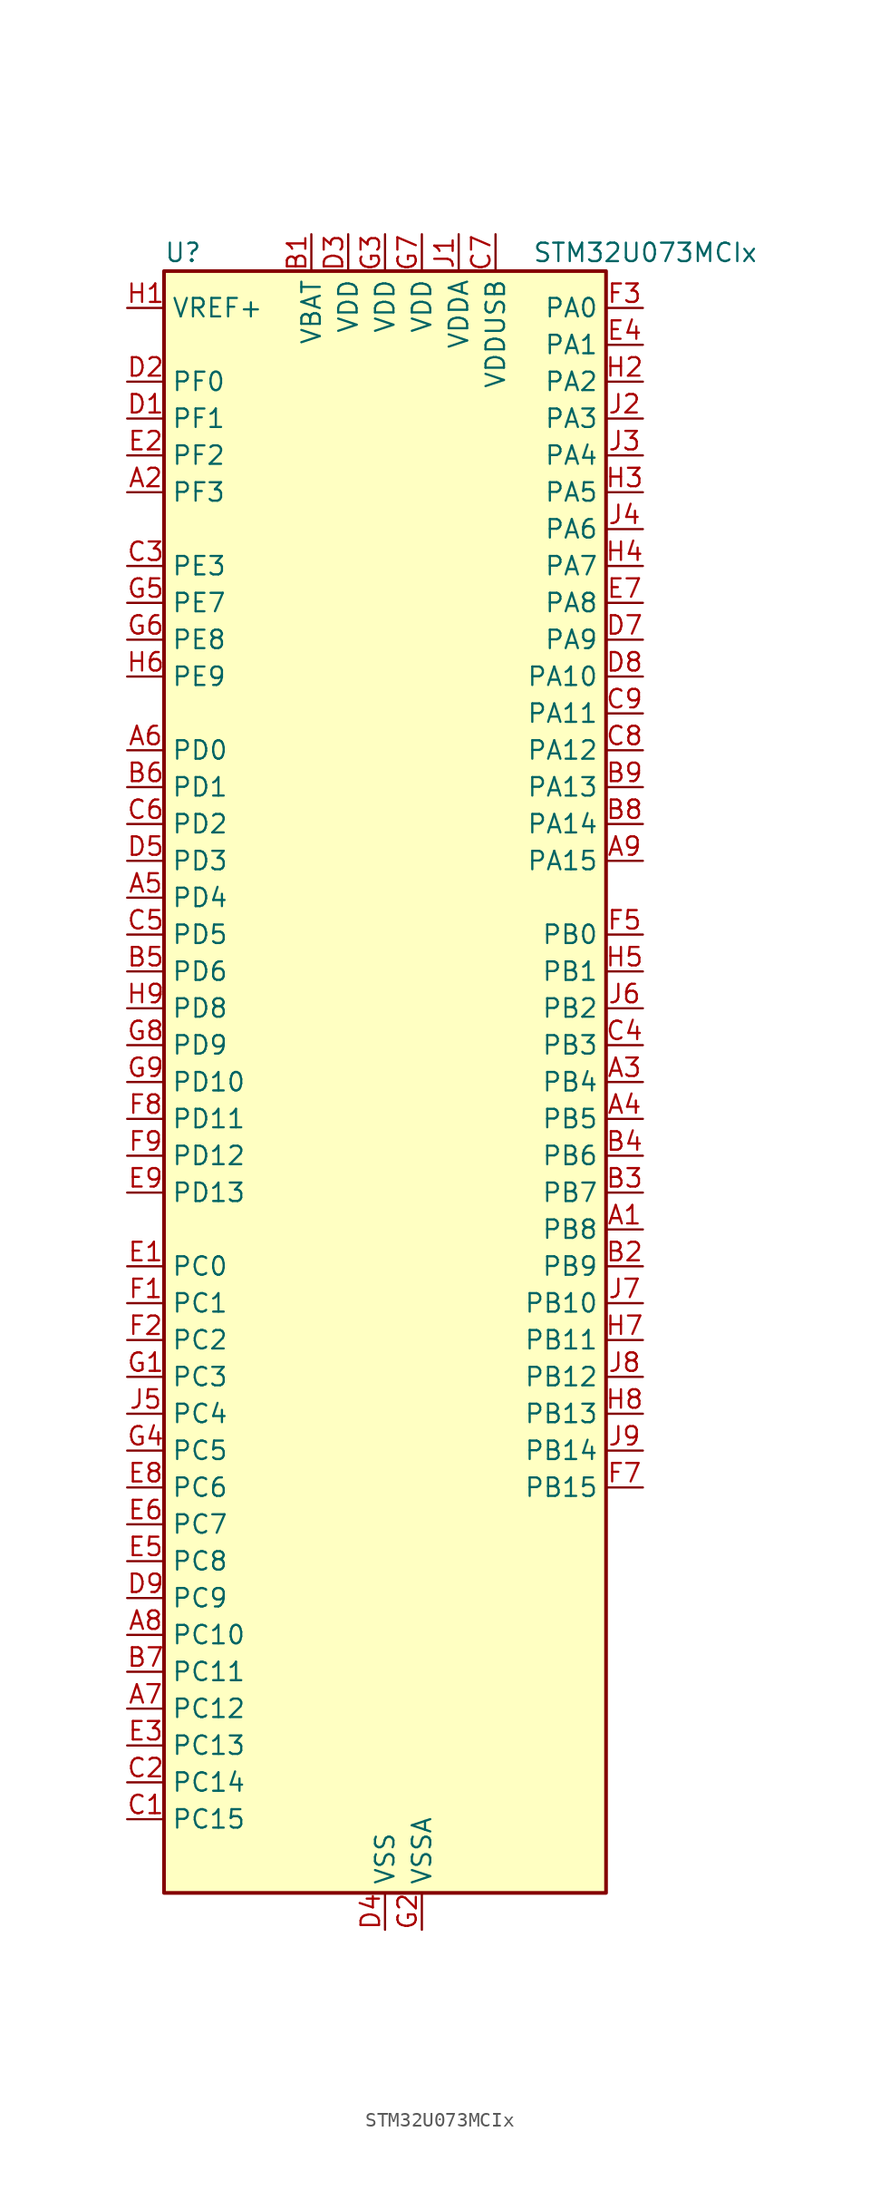
<source format=kicad_sym>
(kicad_symbol_lib
  (version 20231120)
  (generator "kicad_symbol_editor")
  (generator_version "8.99")
  (symbol "STM32U073MCIx"
    (property "Reference" "U"
      (at -15.24 57.15 0)
      (effects (font (size 1.27 1.27)) (justify left)))
    (property "Value" "STM32U073MCIx"
      (at 10.16 57.15 0)
      (effects (font (size 1.27 1.27)) (justify left)))
    (property "ki_locked" ""
      (at 0 0 0)
      (effects (font (size 1.27 1.27))))
    (symbol "STM32U073MCIx_0_1"
      (rectangle (start -15.24 -55.88) (end 15.24 55.88) (stroke (width 0.254) (type default)) (fill (type background))))
    (symbol "STM32U073MCIx_1_1"
      (pin bidirectional line (at 17.78 -10.16 180) (length 2.54) (name "PB8" (effects (font (size 1.27 1.27)))) (number "A1" (effects (font (size 1.27 1.27)))) (alternate "I2C1_SCL" bidirectional line) (alternate "I2C2_SCL" bidirectional line) (alternate "LCD_SEG16" bidirectional line) (alternate "LPTIM1_IN2" bidirectional line) (alternate "LPTIM3_IN2" bidirectional line) (alternate "TIM16_CH1" bidirectional line) (alternate "USART3_TX" bidirectional line))
      (pin bidirectional line (at -17.78 40.64 0) (length 2.54) (name "PF3" (effects (font (size 1.27 1.27)))) (number "A2" (effects (font (size 1.27 1.27)))))
      (pin bidirectional line (at 17.78 0 180) (length 2.54) (name "PB4" (effects (font (size 1.27 1.27)))) (number "A3" (effects (font (size 1.27 1.27)))) (alternate "COMP2_INP" bidirectional line) (alternate "I2C2_SDA" bidirectional line) (alternate "I2C3_SDA" bidirectional line) (alternate "LCD_SEG8" bidirectional line) (alternate "LPTIM1_CH4" bidirectional line) (alternate "LPUART3_DE" bidirectional line) (alternate "LPUART3_RTS" bidirectional line) (alternate "SPI1_MISO" bidirectional line) (alternate "SPI3_MISO" bidirectional line) (alternate "TIM3_CH1" bidirectional line) (alternate "TSC_G2_IO1" bidirectional line) (alternate "USART1_CTS" bidirectional line))
      (pin bidirectional line (at 17.78 -2.54 180) (length 2.54) (name "PB5" (effects (font (size 1.27 1.27)))) (number "A4" (effects (font (size 1.27 1.27)))) (alternate "COMP2_OUT" bidirectional line) (alternate "LCD_SEG9" bidirectional line) (alternate "LPTIM1_IN1" bidirectional line) (alternate "LPUART3_CTS" bidirectional line) (alternate "SPI1_MOSI" bidirectional line) (alternate "SPI3_MOSI" bidirectional line) (alternate "TIM16_BKIN" bidirectional line) (alternate "TIM3_CH2" bidirectional line) (alternate "TSC_G2_IO2" bidirectional line) (alternate "USART1_CK" bidirectional line))
      (pin bidirectional line (at -17.78 12.7 0) (length 2.54) (name "PD4" (effects (font (size 1.27 1.27)))) (number "A5" (effects (font (size 1.27 1.27)))) (alternate "LCD_SEG37" bidirectional line) (alternate "LPTIM1_CH3" bidirectional line) (alternate "SPI2_MOSI" bidirectional line) (alternate "USART2_DE" bidirectional line) (alternate "USART2_RTS" bidirectional line))
      (pin bidirectional line (at -17.78 22.86 0) (length 2.54) (name "PD0" (effects (font (size 1.27 1.27)))) (number "A6" (effects (font (size 1.27 1.27)))) (alternate "LCD_SEG34" bidirectional line) (alternate "SPI2_NSS" bidirectional line))
      (pin bidirectional line (at -17.78 -43.18 0) (length 2.54) (name "PC12" (effects (font (size 1.27 1.27)))) (number "A7" (effects (font (size 1.27 1.27)))) (alternate "LCD_COM6" bidirectional line) (alternate "LCD_SEG30" bidirectional line) (alternate "LCD_SEG50" bidirectional line) (alternate "LPTIM3_CH3" bidirectional line) (alternate "SPI3_MOSI" bidirectional line) (alternate "USART3_CK" bidirectional line) (alternate "USART4_CK" bidirectional line))
      (pin bidirectional line (at -17.78 -38.1 0) (length 2.54) (name "PC10" (effects (font (size 1.27 1.27)))) (number "A8" (effects (font (size 1.27 1.27)))) (alternate "LCD_COM4" bidirectional line) (alternate "LCD_SEG28" bidirectional line) (alternate "LCD_SEG48" bidirectional line) (alternate "LPTIM3_ETR" bidirectional line) (alternate "SPI3_SCK" bidirectional line) (alternate "TSC_G3_IO2" bidirectional line) (alternate "USART3_TX" bidirectional line) (alternate "USART4_TX" bidirectional line))
      (pin bidirectional line (at 17.78 15.24 180) (length 2.54) (name "PA15" (effects (font (size 1.27 1.27)))) (number "A9" (effects (font (size 1.27 1.27)))) (alternate "DEBUG_JTDI" bidirectional line) (alternate "LCD_SEG17" bidirectional line) (alternate "LPTIM3_CH3" bidirectional line) (alternate "LPTIM3_IN2" bidirectional line) (alternate "SPI1_NSS" bidirectional line) (alternate "SPI3_NSS" bidirectional line) (alternate "TIM2_CH1" bidirectional line) (alternate "TIM2_ETR" bidirectional line) (alternate "TSC_G3_IO1" bidirectional line) (alternate "USART2_RX" bidirectional line) (alternate "USART3_DE" bidirectional line) (alternate "USART3_RTS" bidirectional line) (alternate "USART4_DE" bidirectional line) (alternate "USART4_RTS" bidirectional line))
      (pin power_in line (at -5.08 58.42 270) (length 2.54) (name "VBAT" (effects (font (size 1.27 1.27)))) (number "B1" (effects (font (size 1.27 1.27)))))
      (pin bidirectional line (at 17.78 -12.7 180) (length 2.54) (name "PB9" (effects (font (size 1.27 1.27)))) (number "B2" (effects (font (size 1.27 1.27)))) (alternate "DAC1_EXTI9" bidirectional line) (alternate "I2C1_SDA" bidirectional line) (alternate "I2C2_SDA" bidirectional line) (alternate "IR_OUT" bidirectional line) (alternate "LCD_COM3" bidirectional line) (alternate "LPTIM1_CH4" bidirectional line) (alternate "LPTIM3_CH4" bidirectional line) (alternate "SPI2_NSS" bidirectional line) (alternate "USART3_RX" bidirectional line))
      (pin bidirectional line (at 17.78 -7.62 180) (length 2.54) (name "PB7" (effects (font (size 1.27 1.27)))) (number "B3" (effects (font (size 1.27 1.27)))) (alternate "COMP2_INM" bidirectional line) (alternate "I2C1_SDA" bidirectional line) (alternate "I2C2_SDA" bidirectional line) (alternate "I2C4_SDA" bidirectional line) (alternate "LCD_SEG21" bidirectional line) (alternate "LPTIM1_IN2" bidirectional line) (alternate "LPUART2_RX" bidirectional line) (alternate "LPUART3_RX" bidirectional line) (alternate "PWR_PVD_IN" bidirectional line) (alternate "TSC_G2_IO4" bidirectional line) (alternate "USART1_RX" bidirectional line) (alternate "USART4_CTS" bidirectional line))
      (pin bidirectional line (at 17.78 -5.08 180) (length 2.54) (name "PB6" (effects (font (size 1.27 1.27)))) (number "B4" (effects (font (size 1.27 1.27)))) (alternate "COMP2_INP" bidirectional line) (alternate "I2C1_SCL" bidirectional line) (alternate "I2C2_SCL" bidirectional line) (alternate "I2C4_SCL" bidirectional line) (alternate "LPTIM1_ETR" bidirectional line) (alternate "LPUART2_TX" bidirectional line) (alternate "LPUART3_TX" bidirectional line) (alternate "TIM16_CH1N" bidirectional line) (alternate "TSC_G2_IO3" bidirectional line) (alternate "USART1_TX" bidirectional line))
      (pin bidirectional line (at -17.78 7.62 0) (length 2.54) (name "PD6" (effects (font (size 1.27 1.27)))) (number "B5" (effects (font (size 1.27 1.27)))) (alternate "LCD_SEG39" bidirectional line) (alternate "USART2_RX" bidirectional line))
      (pin bidirectional line (at -17.78 20.32 0) (length 2.54) (name "PD1" (effects (font (size 1.27 1.27)))) (number "B6" (effects (font (size 1.27 1.27)))) (alternate "LCD_SEG35" bidirectional line) (alternate "LPTIM1_CH4" bidirectional line) (alternate "SPI2_SCK" bidirectional line))
      (pin bidirectional line (at -17.78 -40.64 0) (length 2.54) (name "PC11" (effects (font (size 1.27 1.27)))) (number "B7" (effects (font (size 1.27 1.27)))) (alternate "ADC1_EXTI11" bidirectional line) (alternate "LCD_COM5" bidirectional line) (alternate "LCD_SEG29" bidirectional line) (alternate "LCD_SEG49" bidirectional line) (alternate "LPTIM3_IN1" bidirectional line) (alternate "SPI3_MISO" bidirectional line) (alternate "TSC_G3_IO3" bidirectional line) (alternate "USART3_RX" bidirectional line) (alternate "USART4_RX" bidirectional line))
      (pin bidirectional line (at 17.78 17.78 180) (length 2.54) (name "PA14" (effects (font (size 1.27 1.27)))) (number "B8" (effects (font (size 1.27 1.27)))) (alternate "DEBUG_JTCK-SWCLK" bidirectional line) (alternate "LCD_SEG41" bidirectional line) (alternate "LPTIM1_CH1" bidirectional line) (alternate "TSC_G3_IO4" bidirectional line))
      (pin bidirectional line (at 17.78 20.32 180) (length 2.54) (name "PA13" (effects (font (size 1.27 1.27)))) (number "B9" (effects (font (size 1.27 1.27)))) (alternate "DEBUG_JTMS-SWDIO" bidirectional line) (alternate "IR_OUT" bidirectional line) (alternate "LCD_SEG40" bidirectional line) (alternate "TSC_G7_IO4" bidirectional line) (alternate "USB_NOE" bidirectional line))
      (pin bidirectional line (at -17.78 -50.8 0) (length 2.54) (name "PC15" (effects (font (size 1.27 1.27)))) (number "C1" (effects (font (size 1.27 1.27)))) (alternate "RCC_OSC32_EN" bidirectional line) (alternate "RCC_OSC32_OUT" bidirectional line) (alternate "RCC_OSC_EN" bidirectional line))
      (pin bidirectional line (at -17.78 -48.26 0) (length 2.54) (name "PC14" (effects (font (size 1.27 1.27)))) (number "C2" (effects (font (size 1.27 1.27)))) (alternate "RCC_OSC32_IN" bidirectional line))
      (pin bidirectional line (at -17.78 35.56 0) (length 2.54) (name "PE3" (effects (font (size 1.27 1.27)))) (number "C3" (effects (font (size 1.27 1.27)))) (alternate "TIM3_CH1" bidirectional line))
      (pin bidirectional line (at 17.78 2.54 180) (length 2.54) (name "PB3" (effects (font (size 1.27 1.27)))) (number "C4" (effects (font (size 1.27 1.27)))) (alternate "COMP2_INM" bidirectional line) (alternate "DEBUG_JTDO-SWO" bidirectional line) (alternate "I2C2_SCL" bidirectional line) (alternate "I2C3_SCL" bidirectional line) (alternate "LCD_SEG7" bidirectional line) (alternate "LPTIM1_CH3" bidirectional line) (alternate "SPI1_SCK" bidirectional line) (alternate "SPI3_SCK" bidirectional line) (alternate "TIM2_CH2" bidirectional line) (alternate "USART1_DE" bidirectional line) (alternate "USART1_RTS" bidirectional line))
      (pin bidirectional line (at -17.78 10.16 0) (length 2.54) (name "PD5" (effects (font (size 1.27 1.27)))) (number "C5" (effects (font (size 1.27 1.27)))) (alternate "LCD_SEG38" bidirectional line) (alternate "USART2_TX" bidirectional line))
      (pin bidirectional line (at -17.78 17.78 0) (length 2.54) (name "PD2" (effects (font (size 1.27 1.27)))) (number "C6" (effects (font (size 1.27 1.27)))) (alternate "LCD_COM7" bidirectional line) (alternate "LCD_SEG31" bidirectional line) (alternate "LCD_SEG51" bidirectional line) (alternate "TIM3_ETR" bidirectional line) (alternate "TSC_SYNC" bidirectional line) (alternate "USART3_DE" bidirectional line) (alternate "USART3_RTS" bidirectional line))
      (pin power_in line (at 7.62 58.42 270) (length 2.54) (name "VDDUSB" (effects (font (size 1.27 1.27)))) (number "C7" (effects (font (size 1.27 1.27)))))
      (pin bidirectional line (at 17.78 22.86 180) (length 2.54) (name "PA12" (effects (font (size 1.27 1.27)))) (number "C8" (effects (font (size 1.27 1.27)))) (alternate "SPI1_MOSI" bidirectional line) (alternate "SPI2_MOSI" bidirectional line) (alternate "TIM1_ETR" bidirectional line) (alternate "USART1_DE" bidirectional line) (alternate "USART1_RTS" bidirectional line) (alternate "USB_DP" bidirectional line))
      (pin bidirectional line (at 17.78 25.4 180) (length 2.54) (name "PA11" (effects (font (size 1.27 1.27)))) (number "C9" (effects (font (size 1.27 1.27)))) (alternate "ADC1_EXTI11" bidirectional line) (alternate "COMP1_OUT" bidirectional line) (alternate "SPI1_MISO" bidirectional line) (alternate "SPI2_MISO" bidirectional line) (alternate "TIM1_BKIN2" bidirectional line) (alternate "TIM1_CH4" bidirectional line) (alternate "USART1_CTS" bidirectional line) (alternate "USB_DM" bidirectional line))
      (pin bidirectional line (at -17.78 45.72 0) (length 2.54) (name "PF1" (effects (font (size 1.27 1.27)))) (number "D1" (effects (font (size 1.27 1.27)))) (alternate "RCC_OSC_EN" bidirectional line) (alternate "RCC_OSC_OUT" bidirectional line))
      (pin bidirectional line (at -17.78 48.26 0) (length 2.54) (name "PF0" (effects (font (size 1.27 1.27)))) (number "D2" (effects (font (size 1.27 1.27)))) (alternate "RCC_OSC_IN" bidirectional line))
      (pin power_in line (at -2.54 58.42 270) (length 2.54) (name "VDD" (effects (font (size 1.27 1.27)))) (number "D3" (effects (font (size 1.27 1.27)))))
      (pin power_in line (at 0 -58.42 90) (length 2.54) (name "VSS" (effects (font (size 1.27 1.27)))) (number "D4" (effects (font (size 1.27 1.27)))))
      (pin bidirectional line (at -17.78 15.24 0) (length 2.54) (name "PD3" (effects (font (size 1.27 1.27)))) (number "D5" (effects (font (size 1.27 1.27)))) (alternate "LCD_SEG36" bidirectional line) (alternate "SPI2_MISO" bidirectional line) (alternate "USART2_CTS" bidirectional line))
      (pin passive line (at 0 -58.42 90) (length 2.54) hide (name "VSS" (effects (font (size 1.27 1.27)))) (number "D6" (effects (font (size 1.27 1.27)))))
      (pin bidirectional line (at 17.78 30.48 180) (length 2.54) (name "PA9" (effects (font (size 1.27 1.27)))) (number "D7" (effects (font (size 1.27 1.27)))) (alternate "COMP1_INP" bidirectional line) (alternate "DAC1_EXTI9" bidirectional line) (alternate "I2C1_SCL" bidirectional line) (alternate "I2C2_SCL" bidirectional line) (alternate "LCD_COM1" bidirectional line) (alternate "RCC_MCO" bidirectional line) (alternate "TIM15_BKIN" bidirectional line) (alternate "TIM1_CH2" bidirectional line) (alternate "TSC_G7_IO2" bidirectional line) (alternate "USART1_TX" bidirectional line))
      (pin bidirectional line (at 17.78 27.94 180) (length 2.54) (name "PA10" (effects (font (size 1.27 1.27)))) (number "D8" (effects (font (size 1.27 1.27)))) (alternate "CRS_SYNC" bidirectional line) (alternate "I2C1_SDA" bidirectional line) (alternate "I2C2_SDA" bidirectional line) (alternate "LCD_COM2" bidirectional line) (alternate "RCC_MCO2" bidirectional line) (alternate "SPI2_NSS" bidirectional line) (alternate "TIM1_CH3" bidirectional line) (alternate "TSC_G7_IO3" bidirectional line) (alternate "USART1_RX" bidirectional line))
      (pin bidirectional line (at -17.78 -35.56 0) (length 2.54) (name "PC9" (effects (font (size 1.27 1.27)))) (number "D9" (effects (font (size 1.27 1.27)))) (alternate "DAC1_EXTI9" bidirectional line) (alternate "LCD_SEG27" bidirectional line) (alternate "LPTIM3_CH2" bidirectional line) (alternate "TIM3_CH4" bidirectional line) (alternate "TSC_G4_IO4" bidirectional line) (alternate "USB_NOE" bidirectional line))
      (pin bidirectional line (at -17.78 -12.7 0) (length 2.54) (name "PC0" (effects (font (size 1.27 1.27)))) (number "E1" (effects (font (size 1.27 1.27)))) (alternate "ADC1_IN0" bidirectional line) (alternate "I2C3_SCL" bidirectional line) (alternate "I2C4_SCL" bidirectional line) (alternate "LCD_BIAS1" bidirectional line) (alternate "LCD_SEG18" bidirectional line) (alternate "LPTIM1_IN1" bidirectional line) (alternate "LPTIM2_IN1" bidirectional line) (alternate "LPUART1_RX" bidirectional line) (alternate "LPUART2_TX" bidirectional line))
      (pin bidirectional line (at -17.78 43.18 0) (length 2.54) (name "PF2" (effects (font (size 1.27 1.27)))) (number "E2" (effects (font (size 1.27 1.27)))) (alternate "RCC_MCO" bidirectional line))
      (pin bidirectional line (at -17.78 -45.72 0) (length 2.54) (name "PC13" (effects (font (size 1.27 1.27)))) (number "E3" (effects (font (size 1.27 1.27)))) (alternate "LPTIM1_CH3" bidirectional line) (alternate "LPTIM3_CH3" bidirectional line) (alternate "PWR_WKUP2" bidirectional line) (alternate "RTC_OUT1" bidirectional line) (alternate "RTC_TS" bidirectional line) (alternate "TAMP_IN1" bidirectional line))
      (pin bidirectional line (at 17.78 50.8 180) (length 2.54) (name "PA1" (effects (font (size 1.27 1.27)))) (number "E4" (effects (font (size 1.27 1.27)))) (alternate "ADC1_IN5" bidirectional line) (alternate "COMP1_INP" bidirectional line) (alternate "LCD_SEG0" bidirectional line) (alternate "LPTIM1_CH2" bidirectional line) (alternate "OPAMP1_VINM" bidirectional line) (alternate "PWR_WKUP3" bidirectional line) (alternate "SPI1_SCK" bidirectional line) (alternate "SPI2_SCK" bidirectional line) (alternate "TAMP_IN5" bidirectional line) (alternate "TIM15_CH1N" bidirectional line) (alternate "TIM2_CH2" bidirectional line) (alternate "USART2_DE" bidirectional line) (alternate "USART2_RTS" bidirectional line) (alternate "USART4_RX" bidirectional line))
      (pin bidirectional line (at -17.78 -33.02 0) (length 2.54) (name "PC8" (effects (font (size 1.27 1.27)))) (number "E5" (effects (font (size 1.27 1.27)))) (alternate "LCD_SEG26" bidirectional line) (alternate "LPTIM3_CH1" bidirectional line) (alternate "TIM3_CH3" bidirectional line) (alternate "TSC_G4_IO3" bidirectional line))
      (pin bidirectional line (at -17.78 -30.48 0) (length 2.54) (name "PC7" (effects (font (size 1.27 1.27)))) (number "E6" (effects (font (size 1.27 1.27)))) (alternate "LCD_SEG25" bidirectional line) (alternate "LPTIM2_CH2" bidirectional line) (alternate "LPTIM3_CH4" bidirectional line) (alternate "LPUART2_RX" bidirectional line) (alternate "TIM3_CH2" bidirectional line) (alternate "TSC_G4_IO2" bidirectional line))
      (pin bidirectional line (at 17.78 33.02 180) (length 2.54) (name "PA8" (effects (font (size 1.27 1.27)))) (number "E7" (effects (font (size 1.27 1.27)))) (alternate "LCD_COM0" bidirectional line) (alternate "LPTIM2_CH1" bidirectional line) (alternate "RCC_MCO" bidirectional line) (alternate "RCC_MCO2" bidirectional line) (alternate "TIM1_CH1" bidirectional line) (alternate "TSC_G7_IO1" bidirectional line) (alternate "USART1_CK" bidirectional line))
      (pin bidirectional line (at -17.78 -27.94 0) (length 2.54) (name "PC6" (effects (font (size 1.27 1.27)))) (number "E8" (effects (font (size 1.27 1.27)))) (alternate "COMP1_INP" bidirectional line) (alternate "LCD_SEG24" bidirectional line) (alternate "LPUART2_TX" bidirectional line) (alternate "TIM3_CH1" bidirectional line) (alternate "TSC_G4_IO1" bidirectional line))
      (pin bidirectional line (at -17.78 -7.62 0) (length 2.54) (name "PD13" (effects (font (size 1.27 1.27)))) (number "E9" (effects (font (size 1.27 1.27)))) (alternate "I2C4_SDA" bidirectional line) (alternate "LCD_SEG33" bidirectional line) (alternate "LPTIM2_CH1" bidirectional line) (alternate "TSC_G6_IO4" bidirectional line))
      (pin bidirectional line (at -17.78 -15.24 0) (length 2.54) (name "PC1" (effects (font (size 1.27 1.27)))) (number "F1" (effects (font (size 1.27 1.27)))) (alternate "ADC1_IN1" bidirectional line) (alternate "I2C3_SDA" bidirectional line) (alternate "I2C4_SDA" bidirectional line) (alternate "LCD_BIAS2" bidirectional line) (alternate "LCD_SEG19" bidirectional line) (alternate "LPTIM1_CH1" bidirectional line) (alternate "LPUART1_TX" bidirectional line) (alternate "LPUART2_RX" bidirectional line))
      (pin bidirectional line (at -17.78 -17.78 0) (length 2.54) (name "PC2" (effects (font (size 1.27 1.27)))) (number "F2" (effects (font (size 1.27 1.27)))) (alternate "ADC1_IN2" bidirectional line) (alternate "LCD_BIAS3" bidirectional line) (alternate "LCD_SEG20" bidirectional line) (alternate "LPTIM1_IN2" bidirectional line) (alternate "RCC_MCO2" bidirectional line) (alternate "SPI2_MISO" bidirectional line))
      (pin bidirectional line (at 17.78 53.34 180) (length 2.54) (name "PA0" (effects (font (size 1.27 1.27)))) (number "F3" (effects (font (size 1.27 1.27)))) (alternate "ADC1_IN4" bidirectional line) (alternate "COMP1_INM" bidirectional line) (alternate "COMP1_OUT" bidirectional line) (alternate "LCD_SEG42" bidirectional line) (alternate "OPAMP1_VINP" bidirectional line) (alternate "PWR_WKUP1" bidirectional line) (alternate "TAMP_IN2" bidirectional line) (alternate "TIM2_CH1" bidirectional line) (alternate "TIM2_ETR" bidirectional line) (alternate "USART2_CTS" bidirectional line) (alternate "USART4_TX" bidirectional line))
      (pin passive line (at 0 -58.42 90) (length 2.54) hide (name "VSS" (effects (font (size 1.27 1.27)))) (number "F4" (effects (font (size 1.27 1.27)))))
      (pin bidirectional line (at 17.78 10.16 180) (length 2.54) (name "PB0" (effects (font (size 1.27 1.27)))) (number "F5" (effects (font (size 1.27 1.27)))) (alternate "ADC1_IN17" bidirectional line) (alternate "COMP1_OUT" bidirectional line) (alternate "LCD_SEG5" bidirectional line) (alternate "LPTIM3_CH1" bidirectional line) (alternate "LPUART2_CTS" bidirectional line) (alternate "SPI1_NSS" bidirectional line) (alternate "TIM1_CH2N" bidirectional line) (alternate "TIM3_CH3" bidirectional line) (alternate "TSC_G5_IO2" bidirectional line) (alternate "USART3_CK" bidirectional line))
      (pin passive line (at 0 -58.42 90) (length 2.54) hide (name "VSS" (effects (font (size 1.27 1.27)))) (number "F6" (effects (font (size 1.27 1.27)))))
      (pin bidirectional line (at 17.78 -27.94 180) (length 2.54) (name "PB15" (effects (font (size 1.27 1.27)))) (number "F7" (effects (font (size 1.27 1.27)))) (alternate "LCD_SEG15" bidirectional line) (alternate "PWR_WKUP7" bidirectional line) (alternate "RTC_REFIN" bidirectional line) (alternate "SPI2_MOSI" bidirectional line) (alternate "TAMP_IN3" bidirectional line) (alternate "TIM15_CH2" bidirectional line) (alternate "TIM1_CH3N" bidirectional line) (alternate "TSC_G1_IO4" bidirectional line))
      (pin bidirectional line (at -17.78 -2.54 0) (length 2.54) (name "PD11" (effects (font (size 1.27 1.27)))) (number "F8" (effects (font (size 1.27 1.27)))) (alternate "ADC1_EXTI11" bidirectional line) (alternate "LCD_SEG31" bidirectional line) (alternate "LPTIM2_ETR" bidirectional line) (alternate "LPUART3_CTS" bidirectional line) (alternate "TSC_G6_IO2" bidirectional line) (alternate "USART3_CTS" bidirectional line))
      (pin bidirectional line (at -17.78 -5.08 0) (length 2.54) (name "PD12" (effects (font (size 1.27 1.27)))) (number "F9" (effects (font (size 1.27 1.27)))) (alternate "I2C4_SCL" bidirectional line) (alternate "LCD_SEG32" bidirectional line) (alternate "LPTIM2_IN1" bidirectional line) (alternate "LPUART3_DE" bidirectional line) (alternate "LPUART3_RTS" bidirectional line) (alternate "TSC_G6_IO3" bidirectional line) (alternate "USART3_DE" bidirectional line) (alternate "USART3_RTS" bidirectional line))
      (pin bidirectional line (at -17.78 -20.32 0) (length 2.54) (name "PC3" (effects (font (size 1.27 1.27)))) (number "G1" (effects (font (size 1.27 1.27)))) (alternate "ADC1_IN3" bidirectional line) (alternate "LPTIM1_ETR" bidirectional line) (alternate "LPTIM2_ETR" bidirectional line) (alternate "LPTIM3_CH1" bidirectional line) (alternate "SPI2_MOSI" bidirectional line) (alternate "USART4_CK" bidirectional line))
      (pin power_in line (at 2.54 -58.42 90) (length 2.54) (name "VSSA" (effects (font (size 1.27 1.27)))) (number "G2" (effects (font (size 1.27 1.27)))))
      (pin power_in line (at 0 58.42 270) (length 2.54) (name "VDD" (effects (font (size 1.27 1.27)))) (number "G3" (effects (font (size 1.27 1.27)))))
      (pin bidirectional line (at -17.78 -25.4 0) (length 2.54) (name "PC5" (effects (font (size 1.27 1.27)))) (number "G4" (effects (font (size 1.27 1.27)))) (alternate "ADC1_IN16" bidirectional line) (alternate "COMP1_INP" bidirectional line) (alternate "LCD_SEG23" bidirectional line) (alternate "LPTIM3_CH3" bidirectional line) (alternate "LPUART3_RX" bidirectional line) (alternate "PWR_WKUP5" bidirectional line) (alternate "TAMP_IN4" bidirectional line) (alternate "USART3_RX" bidirectional line))
      (pin bidirectional line (at -17.78 33.02 0) (length 2.54) (name "PE7" (effects (font (size 1.27 1.27)))) (number "G5" (effects (font (size 1.27 1.27)))) (alternate "LCD_SEG45" bidirectional line) (alternate "TIM1_ETR" bidirectional line))
      (pin bidirectional line (at -17.78 30.48 0) (length 2.54) (name "PE8" (effects (font (size 1.27 1.27)))) (number "G6" (effects (font (size 1.27 1.27)))) (alternate "LCD_SEG46" bidirectional line) (alternate "TIM1_CH1N" bidirectional line))
      (pin power_in line (at 2.54 58.42 270) (length 2.54) (name "VDD" (effects (font (size 1.27 1.27)))) (number "G7" (effects (font (size 1.27 1.27)))))
      (pin bidirectional line (at -17.78 2.54 0) (length 2.54) (name "PD9" (effects (font (size 1.27 1.27)))) (number "G8" (effects (font (size 1.27 1.27)))) (alternate "DAC1_EXTI9" bidirectional line) (alternate "LCD_SEG29" bidirectional line) (alternate "LPTIM3_IN1" bidirectional line) (alternate "LPUART3_RX" bidirectional line) (alternate "USART3_RX" bidirectional line))
      (pin bidirectional line (at -17.78 0 0) (length 2.54) (name "PD10" (effects (font (size 1.27 1.27)))) (number "G9" (effects (font (size 1.27 1.27)))) (alternate "COMP2_INP" bidirectional line) (alternate "LCD_SEG30" bidirectional line) (alternate "LPTIM2_CH2" bidirectional line) (alternate "LPTIM3_ETR" bidirectional line) (alternate "TSC_G6_IO1" bidirectional line) (alternate "USART3_CK" bidirectional line))
      (pin input line (at -17.78 53.34 0) (length 2.54) (name "VREF+" (effects (font (size 1.27 1.27)))) (number "H1" (effects (font (size 1.27 1.27)))) (alternate "VREFBUF_OUT" bidirectional line))
      (pin bidirectional line (at 17.78 48.26 180) (length 2.54) (name "PA2" (effects (font (size 1.27 1.27)))) (number "H2" (effects (font (size 1.27 1.27)))) (alternate "ADC1_IN6" bidirectional line) (alternate "COMP2_INM" bidirectional line) (alternate "COMP2_OUT" bidirectional line) (alternate "LCD_SEG1" bidirectional line) (alternate "LPUART1_TX" bidirectional line) (alternate "PWR_WKUP4" bidirectional line) (alternate "RCC_LSCO" bidirectional line) (alternate "TIM15_CH1" bidirectional line) (alternate "TIM2_CH3" bidirectional line) (alternate "USART2_TX" bidirectional line))
      (pin bidirectional line (at 17.78 40.64 180) (length 2.54) (name "PA5" (effects (font (size 1.27 1.27)))) (number "H3" (effects (font (size 1.27 1.27)))) (alternate "ADC1_IN9" bidirectional line) (alternate "COMP1_INM" bidirectional line) (alternate "COMP2_INM" bidirectional line) (alternate "LCD_SEG44" bidirectional line) (alternate "LPTIM2_ETR" bidirectional line) (alternate "LPUART3_RX" bidirectional line) (alternate "SPI1_SCK" bidirectional line) (alternate "TIM2_CH1" bidirectional line) (alternate "TIM2_ETR" bidirectional line) (alternate "USART3_TX" bidirectional line))
      (pin bidirectional line (at 17.78 35.56 180) (length 2.54) (name "PA7" (effects (font (size 1.27 1.27)))) (number "H4" (effects (font (size 1.27 1.27)))) (alternate "ADC1_IN14" bidirectional line) (alternate "COMP2_OUT" bidirectional line) (alternate "I2C2_SCL" bidirectional line) (alternate "I2C3_SCL" bidirectional line) (alternate "LCD_SEG4" bidirectional line) (alternate "LPTIM2_CH2" bidirectional line) (alternate "SPI1_MOSI" bidirectional line) (alternate "TIM1_CH1N" bidirectional line) (alternate "TIM3_CH2" bidirectional line) (alternate "USART3_RX" bidirectional line))
      (pin bidirectional line (at 17.78 7.62 180) (length 2.54) (name "PB1" (effects (font (size 1.27 1.27)))) (number "H5" (effects (font (size 1.27 1.27)))) (alternate "ADC1_IN18" bidirectional line) (alternate "COMP1_INM" bidirectional line) (alternate "LCD_SEG6" bidirectional line) (alternate "LPTIM2_IN1" bidirectional line) (alternate "LPTIM3_CH2" bidirectional line) (alternate "LPUART1_DE" bidirectional line) (alternate "LPUART1_RTS" bidirectional line) (alternate "LPUART2_DE" bidirectional line) (alternate "LPUART2_RTS" bidirectional line) (alternate "TIM1_CH3N" bidirectional line) (alternate "TIM3_CH4" bidirectional line) (alternate "TSC_SYNC" bidirectional line) (alternate "USART3_DE" bidirectional line) (alternate "USART3_RTS" bidirectional line))
      (pin bidirectional line (at -17.78 27.94 0) (length 2.54) (name "PE9" (effects (font (size 1.27 1.27)))) (number "H6" (effects (font (size 1.27 1.27)))) (alternate "DAC1_EXTI9" bidirectional line) (alternate "LCD_SEG47" bidirectional line) (alternate "LPTIM1_CH3" bidirectional line) (alternate "TIM1_CH1" bidirectional line))
      (pin bidirectional line (at 17.78 -17.78 180) (length 2.54) (name "PB11" (effects (font (size 1.27 1.27)))) (number "H7" (effects (font (size 1.27 1.27)))) (alternate "ADC1_EXTI11" bidirectional line) (alternate "COMP2_OUT" bidirectional line) (alternate "I2C2_SDA" bidirectional line) (alternate "I2C4_SDA" bidirectional line) (alternate "LCD_SEG11" bidirectional line) (alternate "LPUART1_TX" bidirectional line) (alternate "LPUART2_TX" bidirectional line) (alternate "TIM2_CH4" bidirectional line) (alternate "TSC_G5_IO4" bidirectional line) (alternate "USART3_RX" bidirectional line))
      (pin bidirectional line (at 17.78 -22.86 180) (length 2.54) (name "PB13" (effects (font (size 1.27 1.27)))) (number "H8" (effects (font (size 1.27 1.27)))) (alternate "I2C2_SCL" bidirectional line) (alternate "LCD_SEG13" bidirectional line) (alternate "LPTIM3_IN1" bidirectional line) (alternate "LPUART1_CTS" bidirectional line) (alternate "SPI2_SCK" bidirectional line) (alternate "TIM15_CH1N" bidirectional line) (alternate "TIM1_CH1N" bidirectional line) (alternate "TSC_G1_IO2" bidirectional line) (alternate "USART3_CTS" bidirectional line))
      (pin bidirectional line (at -17.78 5.08 0) (length 2.54) (name "PD8" (effects (font (size 1.27 1.27)))) (number "H9" (effects (font (size 1.27 1.27)))) (alternate "LCD_SEG28" bidirectional line) (alternate "LPUART3_TX" bidirectional line) (alternate "USART3_TX" bidirectional line))
      (pin power_in line (at 5.08 58.42 270) (length 2.54) (name "VDDA" (effects (font (size 1.27 1.27)))) (number "J1" (effects (font (size 1.27 1.27)))))
      (pin bidirectional line (at 17.78 45.72 180) (length 2.54) (name "PA3" (effects (font (size 1.27 1.27)))) (number "J2" (effects (font (size 1.27 1.27)))) (alternate "ADC1_IN7" bidirectional line) (alternate "COMP2_INP" bidirectional line) (alternate "LCD_SEG2" bidirectional line) (alternate "LPUART1_RX" bidirectional line) (alternate "OPAMP1_VOUT" bidirectional line) (alternate "TIM15_CH2" bidirectional line) (alternate "TIM2_CH4" bidirectional line) (alternate "USART2_RX" bidirectional line))
      (pin bidirectional line (at 17.78 43.18 180) (length 2.54) (name "PA4" (effects (font (size 1.27 1.27)))) (number "J3" (effects (font (size 1.27 1.27)))) (alternate "ADC1_IN8" bidirectional line) (alternate "COMP1_INM" bidirectional line) (alternate "COMP2_INM" bidirectional line) (alternate "DAC1_OUT1" bidirectional line) (alternate "LCD_SEG43" bidirectional line) (alternate "LPTIM2_CH1" bidirectional line) (alternate "LPUART3_TX" bidirectional line) (alternate "SPI1_NSS" bidirectional line) (alternate "SPI3_NSS" bidirectional line) (alternate "USART2_CK" bidirectional line))
      (pin bidirectional line (at 17.78 38.1 180) (length 2.54) (name "PA6" (effects (font (size 1.27 1.27)))) (number "J4" (effects (font (size 1.27 1.27)))) (alternate "ADC1_IN10" bidirectional line) (alternate "COMP1_OUT" bidirectional line) (alternate "I2C2_SDA" bidirectional line) (alternate "I2C3_SDA" bidirectional line) (alternate "LCD_SEG3" bidirectional line) (alternate "LPUART1_CTS" bidirectional line) (alternate "SPI1_MISO" bidirectional line) (alternate "TIM16_CH1" bidirectional line) (alternate "TIM1_BKIN" bidirectional line) (alternate "TIM3_CH1" bidirectional line) (alternate "TSC_G5_IO1" bidirectional line) (alternate "USART3_CTS" bidirectional line))
      (pin bidirectional line (at -17.78 -22.86 0) (length 2.54) (name "PC4" (effects (font (size 1.27 1.27)))) (number "J5" (effects (font (size 1.27 1.27)))) (alternate "ADC1_IN15" bidirectional line) (alternate "COMP1_INM" bidirectional line) (alternate "LCD_SEG22" bidirectional line) (alternate "LPUART3_TX" bidirectional line) (alternate "USART3_TX" bidirectional line))
      (pin bidirectional line (at 17.78 5.08 180) (length 2.54) (name "PB2" (effects (font (size 1.27 1.27)))) (number "J6" (effects (font (size 1.27 1.27)))) (alternate "COMP1_INP" bidirectional line) (alternate "LPTIM1_CH1" bidirectional line) (alternate "RTC_OUT2" bidirectional line))
      (pin bidirectional line (at 17.78 -15.24 180) (length 2.54) (name "PB10" (effects (font (size 1.27 1.27)))) (number "J7" (effects (font (size 1.27 1.27)))) (alternate "COMP1_OUT" bidirectional line) (alternate "I2C2_SCL" bidirectional line) (alternate "I2C4_SCL" bidirectional line) (alternate "LCD_SEG10" bidirectional line) (alternate "LPTIM3_CH1" bidirectional line) (alternate "LPUART1_RX" bidirectional line) (alternate "LPUART2_RX" bidirectional line) (alternate "SPI2_SCK" bidirectional line) (alternate "TIM2_CH3" bidirectional line) (alternate "TSC_G5_IO3" bidirectional line) (alternate "USART3_TX" bidirectional line))
      (pin bidirectional line (at 17.78 -20.32 180) (length 2.54) (name "PB12" (effects (font (size 1.27 1.27)))) (number "J8" (effects (font (size 1.27 1.27)))) (alternate "LCD_SEG12" bidirectional line) (alternate "LPUART1_DE" bidirectional line) (alternate "LPUART1_RTS" bidirectional line) (alternate "SPI2_NSS" bidirectional line) (alternate "TIM15_BKIN" bidirectional line) (alternate "TIM1_BKIN" bidirectional line) (alternate "TSC_G1_IO1" bidirectional line) (alternate "USART3_CK" bidirectional line))
      (pin bidirectional line (at 17.78 -25.4 180) (length 2.54) (name "PB14" (effects (font (size 1.27 1.27)))) (number "J9" (effects (font (size 1.27 1.27)))) (alternate "I2C2_SDA" bidirectional line) (alternate "LCD_SEG14" bidirectional line) (alternate "LPTIM3_ETR" bidirectional line) (alternate "SPI2_MISO" bidirectional line) (alternate "TIM15_CH1" bidirectional line) (alternate "TIM1_CH2N" bidirectional line) (alternate "TSC_G1_IO3" bidirectional line) (alternate "USART3_DE" bidirectional line) (alternate "USART3_RTS" bidirectional line)))))
</source>
